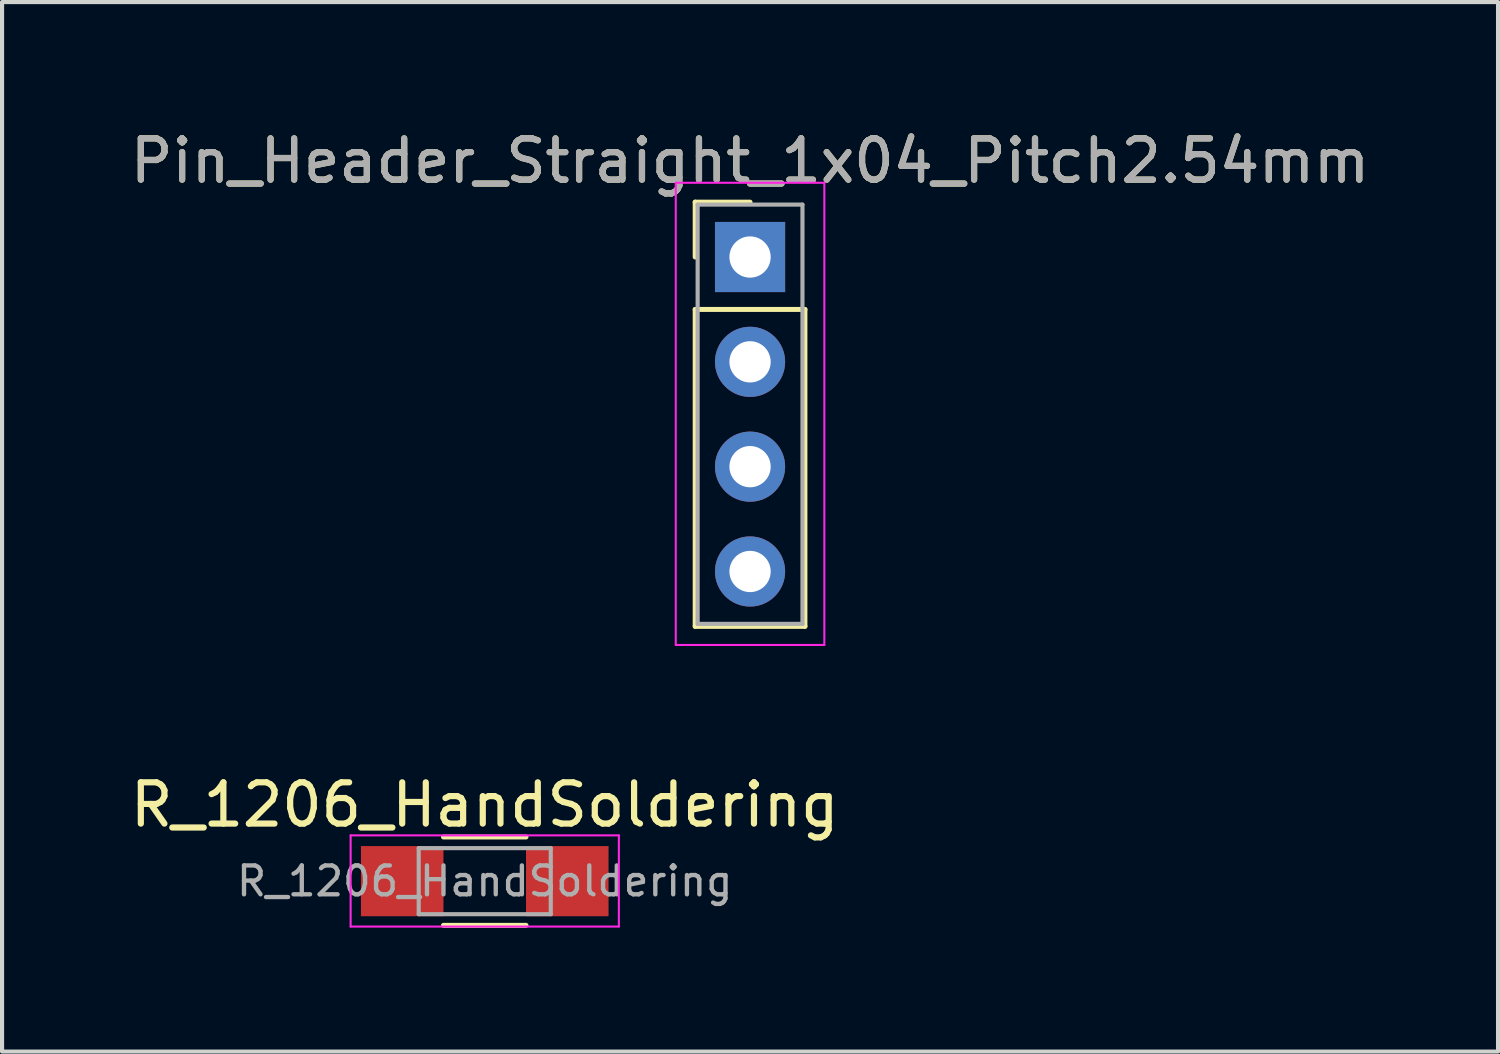
<source format=kicad_pcb>
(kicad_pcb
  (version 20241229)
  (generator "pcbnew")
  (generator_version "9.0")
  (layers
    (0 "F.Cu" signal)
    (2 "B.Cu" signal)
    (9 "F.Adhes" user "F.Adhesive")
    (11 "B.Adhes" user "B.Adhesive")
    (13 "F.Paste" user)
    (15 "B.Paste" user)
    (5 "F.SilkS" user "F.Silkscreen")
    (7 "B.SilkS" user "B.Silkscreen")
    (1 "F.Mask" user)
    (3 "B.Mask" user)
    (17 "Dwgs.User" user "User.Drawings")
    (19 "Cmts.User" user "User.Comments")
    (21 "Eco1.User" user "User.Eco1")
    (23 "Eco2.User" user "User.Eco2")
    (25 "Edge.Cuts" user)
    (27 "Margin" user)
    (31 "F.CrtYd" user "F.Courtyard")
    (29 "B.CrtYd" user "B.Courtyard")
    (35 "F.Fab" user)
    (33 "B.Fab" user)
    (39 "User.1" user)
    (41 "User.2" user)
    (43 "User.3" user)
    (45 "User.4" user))
  (footprint "Pin_Header_Straight_1x04_Pitch2.54mm"
    (layer "F.Cu")
    (at 15.125 3.178)
    (property "Reference" "Pin_Header_Straight_1x04_Pitch2.54mm" (at 0 -2.33 0) (layer "F.SilkS") (effects (font (size 1 1) (thickness 0.15))))
    (attr through_hole)
    (fp_line (start -1.33 -1.33) (end 0 -1.33) (stroke (width 0.12) (type solid)) (layer "F.SilkS"))
    (fp_line (start -1.33 0) (end -1.33 -1.33) (stroke (width 0.12) (type solid)) (layer "F.SilkS"))
    (fp_line (start -1.33 1.27) (end -1.33 8.95) (stroke (width 0.12) (type solid)) (layer "F.SilkS"))
    (fp_line (start -1.33 8.95) (end 1.33 8.95) (stroke (width 0.12) (type solid)) (layer "F.SilkS"))
    (fp_line (start 1.33 1.27) (end -1.33 1.27) (stroke (width 0.12) (type solid)) (layer "F.SilkS"))
    (fp_line (start 1.33 8.95) (end 1.33 1.27) (stroke (width 0.12) (type solid)) (layer "F.SilkS"))
    (fp_line (start -1.8 -1.8) (end -1.8 9.4) (stroke (width 0.05) (type solid)) (layer "F.CrtYd"))
    (fp_line (start -1.8 9.4) (end 1.8 9.4) (stroke (width 0.05) (type solid)) (layer "F.CrtYd"))
    (fp_line (start 1.8 -1.8) (end -1.8 -1.8) (stroke (width 0.05) (type solid)) (layer "F.CrtYd"))
    (fp_line (start 1.8 9.4) (end 1.8 -1.8) (stroke (width 0.05) (type solid)) (layer "F.CrtYd"))
    (fp_line (start -1.27 -1.27) (end -1.27 8.89) (stroke (width 0.1) (type solid)) (layer "F.Fab"))
    (fp_line (start -1.27 8.89) (end 1.27 8.89) (stroke (width 0.1) (type solid)) (layer "F.Fab"))
    (fp_line (start 1.27 -1.27) (end -1.27 -1.27) (stroke (width 0.1) (type solid)) (layer "F.Fab"))
    (fp_line (start 1.27 8.89) (end 1.27 -1.27) (stroke (width 0.1) (type solid)) (layer "F.Fab"))
    (fp_text user "${REFERENCE}" (at 0 -2.33 0) (layer "F.Fab") (effects (font (size 1 1) (thickness 0.15))))
    (pad "1" thru_hole rect (at 0 0) (size 1.7 1.7) (drill 1) (layers "*.Cu" "*.Mask"))
    (pad "2" thru_hole oval (at 0 2.54) (size 1.7 1.7) (drill 1) (layers "*.Cu" "*.Mask"))
    (pad "3" thru_hole oval (at 0 5.08) (size 1.7 1.7) (drill 1) (layers "*.Cu" "*.Mask"))
    (pad "4" thru_hole oval (at 0 7.62) (size 1.7 1.7) (drill 1) (layers "*.Cu" "*.Mask")))
  (footprint "R_1206_HandSoldering"
    (layer "F.Cu")
    (at 8.696 18.302)
    (property "Reference" "R_1206_HandSoldering" (at 0 -1.85 0) (layer "F.SilkS") (effects (font (size 1 1) (thickness 0.15))))
    (attr smd)
    (fp_line (start -1 -1.07) (end 1 -1.07) (stroke (width 0.12) (type solid)) (layer "F.SilkS"))
    (fp_line (start 1 1.07) (end -1 1.07) (stroke (width 0.12) (type solid)) (layer "F.SilkS"))
    (fp_line (start -3.25 -1.11) (end -3.25 1.1) (stroke (width 0.05) (type solid)) (layer "F.CrtYd"))
    (fp_line (start -3.25 -1.11) (end 3.25 -1.11) (stroke (width 0.05) (type solid)) (layer "F.CrtYd"))
    (fp_line (start 3.25 1.1) (end -3.25 1.1) (stroke (width 0.05) (type solid)) (layer "F.CrtYd"))
    (fp_line (start 3.25 1.1) (end 3.25 -1.11) (stroke (width 0.05) (type solid)) (layer "F.CrtYd"))
    (fp_line (start -1.6 -0.8) (end 1.6 -0.8) (stroke (width 0.1) (type solid)) (layer "F.Fab"))
    (fp_line (start -1.6 0.8) (end -1.6 -0.8) (stroke (width 0.1) (type solid)) (layer "F.Fab"))
    (fp_line (start 1.6 -0.8) (end 1.6 0.8) (stroke (width 0.1) (type solid)) (layer "F.Fab"))
    (fp_line (start 1.6 0.8) (end -1.6 0.8) (stroke (width 0.1) (type solid)) (layer "F.Fab"))
    (fp_text user "${REFERENCE}" (at 0 0 0) (layer "F.Fab") (effects (font (size 0.7 0.7) (thickness 0.105))))
    (pad "1" smd rect (at -2 0) (size 2 1.7) (layers "F.Cu" "F.Mask" "F.Paste"))
    (pad "2" smd rect (at 2 0) (size 2 1.7) (layers "F.Cu" "F.Mask" "F.Paste")))
  (gr_rect
    (start -3 -3)
    (end 33.25 22.431)
    (stroke (width 0.1) (type default))
    (fill no)
    (layer "Edge.Cuts")))
</source>
